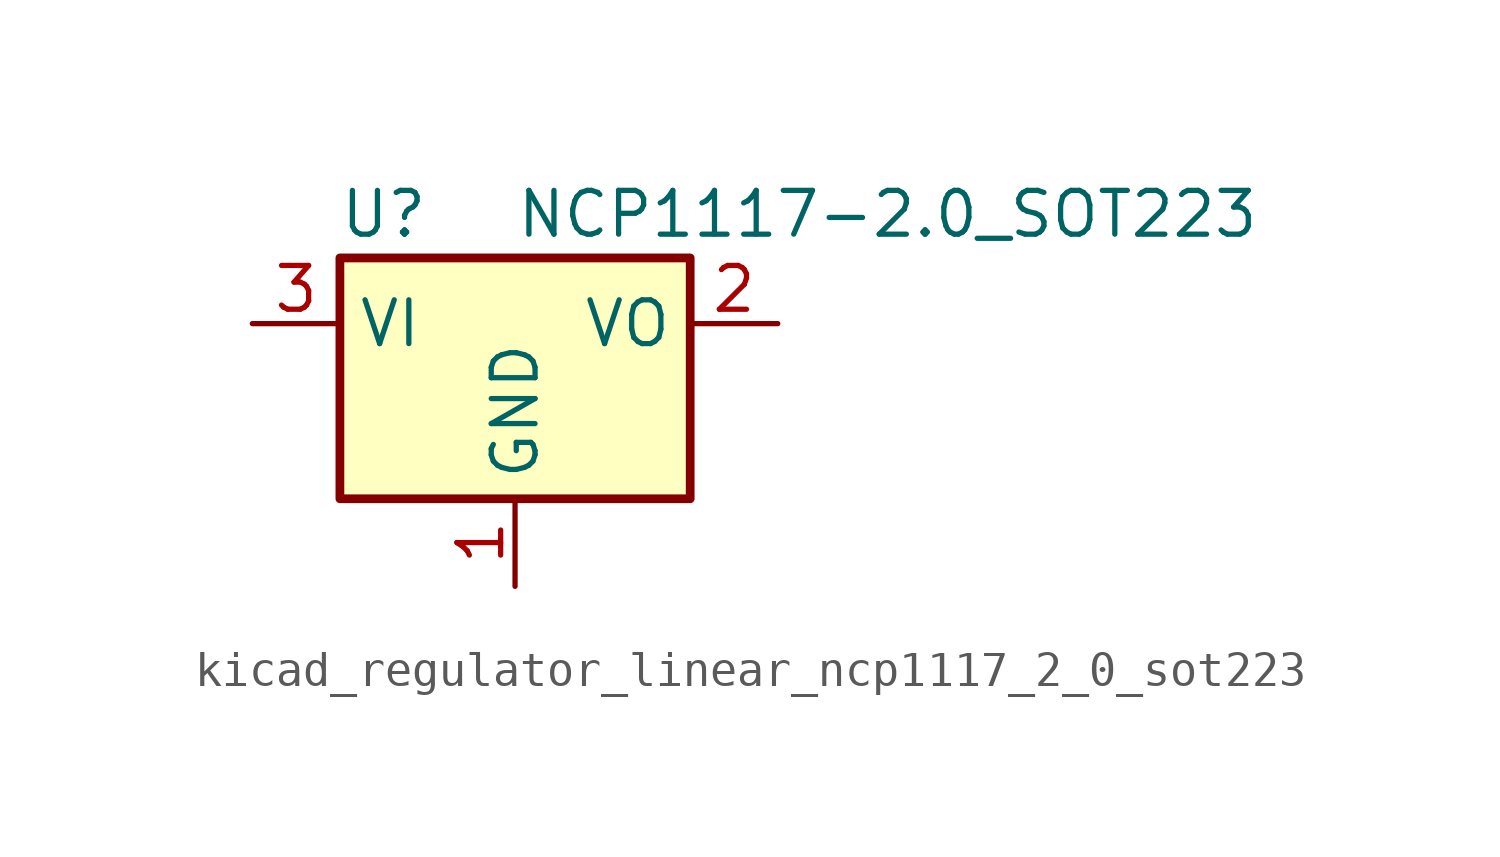
<source format=kicad_sym>
(kicad_symbol_lib
  (version 20220914)
  (generator kicad_symbol_editor)
  (symbol "kicad_regulator_linear_ncp1117_2_0_sot223"
    (property "Reference" "U"
      (at -3.81 3.175 0)
      (effects (font (size 1.27 1.27))))
    (property "Value" "NCP1117-2.0_SOT223"
      (at 0 3.175 0)
      (effects (font (size 1.27 1.27)) (justify left)))
    (symbol "kicad_regulator_linear_ncp1117_2_0_sot223_0_1"
      (rectangle (start -5.08 -5.08) (end 5.08 1.905) (stroke (width 0.254) (type default)) (fill (type background))))
    (symbol "kicad_regulator_linear_ncp1117_2_0_sot223_1_1"
      (pin power_in line (at 0 -7.62 90) (length 2.54) (name "GND" (effects (font (size 1.27 1.27)))) (number "1" (effects (font (size 1.27 1.27)))))
      (pin power_out line (at 7.62 0 180) (length 2.54) (name "VO" (effects (font (size 1.27 1.27)))) (number "2" (effects (font (size 1.27 1.27)))))
      (pin power_in line (at -7.62 0 0) (length 2.54) (name "VI" (effects (font (size 1.27 1.27)))) (number "3" (effects (font (size 1.27 1.27))))))))
</source>
